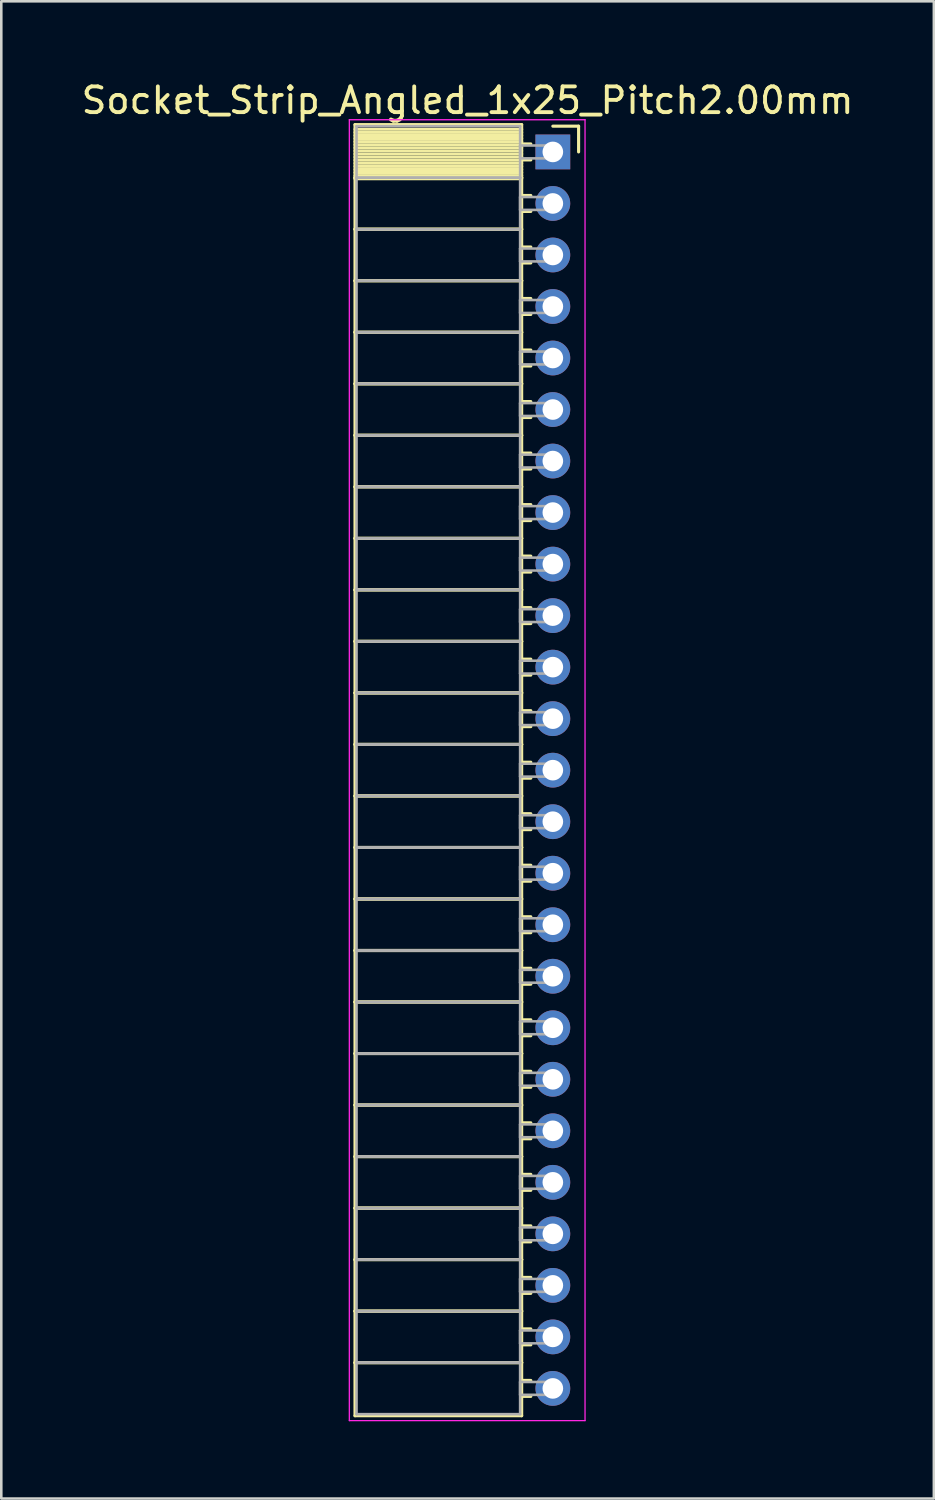
<source format=kicad_pcb>
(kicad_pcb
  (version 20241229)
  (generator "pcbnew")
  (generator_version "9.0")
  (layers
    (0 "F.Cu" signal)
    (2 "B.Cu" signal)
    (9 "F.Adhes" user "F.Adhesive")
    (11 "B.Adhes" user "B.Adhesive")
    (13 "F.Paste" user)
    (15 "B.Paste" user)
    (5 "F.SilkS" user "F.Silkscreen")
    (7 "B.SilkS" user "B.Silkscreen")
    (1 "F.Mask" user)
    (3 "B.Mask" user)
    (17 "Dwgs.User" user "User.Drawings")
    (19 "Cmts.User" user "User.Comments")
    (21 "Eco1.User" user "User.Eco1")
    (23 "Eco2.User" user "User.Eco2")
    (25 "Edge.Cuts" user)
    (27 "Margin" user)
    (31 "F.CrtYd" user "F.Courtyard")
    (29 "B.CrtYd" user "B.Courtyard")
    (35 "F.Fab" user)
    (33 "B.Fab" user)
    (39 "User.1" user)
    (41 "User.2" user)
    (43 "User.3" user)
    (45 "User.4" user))
  (footprint "Socket_Strip_Angled_1x25_Pitch2.00mm"
    (layer "F.Cu")
    (at 18.411 2.848)
    (property "Reference" "Socket_Strip_Angled_1x25_Pitch2.00mm" (at -3.31 -2 0) (layer "F.SilkS") (effects (font (size 1 1) (thickness 0.15))))
    (attr through_hole)
    (fp_line (start -7.68 -1.06) (end -1.21 -1.06) (stroke (width 0.12) (type solid)) (layer "F.SilkS"))
    (fp_line (start -7.68 1) (end -7.68 -1.06) (stroke (width 0.12) (type solid)) (layer "F.SilkS"))
    (fp_line (start -7.68 1) (end -1.21 1) (stroke (width 0.12) (type solid)) (layer "F.SilkS"))
    (fp_line (start -7.68 3) (end -7.68 1) (stroke (width 0.12) (type solid)) (layer "F.SilkS"))
    (fp_line (start -7.68 3) (end -1.21 3) (stroke (width 0.12) (type solid)) (layer "F.SilkS"))
    (fp_line (start -7.68 5) (end -7.68 3) (stroke (width 0.12) (type solid)) (layer "F.SilkS"))
    (fp_line (start -7.68 5) (end -1.21 5) (stroke (width 0.12) (type solid)) (layer "F.SilkS"))
    (fp_line (start -7.68 7) (end -7.68 5) (stroke (width 0.12) (type solid)) (layer "F.SilkS"))
    (fp_line (start -7.68 7) (end -1.21 7) (stroke (width 0.12) (type solid)) (layer "F.SilkS"))
    (fp_line (start -7.68 9) (end -7.68 7) (stroke (width 0.12) (type solid)) (layer "F.SilkS"))
    (fp_line (start -7.68 9) (end -1.21 9) (stroke (width 0.12) (type solid)) (layer "F.SilkS"))
    (fp_line (start -7.68 11) (end -7.68 9) (stroke (width 0.12) (type solid)) (layer "F.SilkS"))
    (fp_line (start -7.68 11) (end -1.21 11) (stroke (width 0.12) (type solid)) (layer "F.SilkS"))
    (fp_line (start -7.68 13) (end -7.68 11) (stroke (width 0.12) (type solid)) (layer "F.SilkS"))
    (fp_line (start -7.68 13) (end -1.21 13) (stroke (width 0.12) (type solid)) (layer "F.SilkS"))
    (fp_line (start -7.68 15) (end -7.68 13) (stroke (width 0.12) (type solid)) (layer "F.SilkS"))
    (fp_line (start -7.68 15) (end -1.21 15) (stroke (width 0.12) (type solid)) (layer "F.SilkS"))
    (fp_line (start -7.68 17) (end -7.68 15) (stroke (width 0.12) (type solid)) (layer "F.SilkS"))
    (fp_line (start -7.68 17) (end -1.21 17) (stroke (width 0.12) (type solid)) (layer "F.SilkS"))
    (fp_line (start -7.68 19) (end -7.68 17) (stroke (width 0.12) (type solid)) (layer "F.SilkS"))
    (fp_line (start -7.68 19) (end -1.21 19) (stroke (width 0.12) (type solid)) (layer "F.SilkS"))
    (fp_line (start -7.68 21) (end -7.68 19) (stroke (width 0.12) (type solid)) (layer "F.SilkS"))
    (fp_line (start -7.68 21) (end -1.21 21) (stroke (width 0.12) (type solid)) (layer "F.SilkS"))
    (fp_line (start -7.68 23) (end -7.68 21) (stroke (width 0.12) (type solid)) (layer "F.SilkS"))
    (fp_line (start -7.68 23) (end -1.21 23) (stroke (width 0.12) (type solid)) (layer "F.SilkS"))
    (fp_line (start -7.68 25) (end -7.68 23) (stroke (width 0.12) (type solid)) (layer "F.SilkS"))
    (fp_line (start -7.68 25) (end -1.21 25) (stroke (width 0.12) (type solid)) (layer "F.SilkS"))
    (fp_line (start -7.68 27) (end -7.68 25) (stroke (width 0.12) (type solid)) (layer "F.SilkS"))
    (fp_line (start -7.68 27) (end -1.21 27) (stroke (width 0.12) (type solid)) (layer "F.SilkS"))
    (fp_line (start -7.68 29) (end -7.68 27) (stroke (width 0.12) (type solid)) (layer "F.SilkS"))
    (fp_line (start -7.68 29) (end -1.21 29) (stroke (width 0.12) (type solid)) (layer "F.SilkS"))
    (fp_line (start -7.68 31) (end -7.68 29) (stroke (width 0.12) (type solid)) (layer "F.SilkS"))
    (fp_line (start -7.68 31) (end -1.21 31) (stroke (width 0.12) (type solid)) (layer "F.SilkS"))
    (fp_line (start -7.68 33) (end -7.68 31) (stroke (width 0.12) (type solid)) (layer "F.SilkS"))
    (fp_line (start -7.68 33) (end -1.21 33) (stroke (width 0.12) (type solid)) (layer "F.SilkS"))
    (fp_line (start -7.68 35) (end -7.68 33) (stroke (width 0.12) (type solid)) (layer "F.SilkS"))
    (fp_line (start -7.68 35) (end -1.21 35) (stroke (width 0.12) (type solid)) (layer "F.SilkS"))
    (fp_line (start -7.68 37) (end -7.68 35) (stroke (width 0.12) (type solid)) (layer "F.SilkS"))
    (fp_line (start -7.68 37) (end -1.21 37) (stroke (width 0.12) (type solid)) (layer "F.SilkS"))
    (fp_line (start -7.68 39) (end -7.68 37) (stroke (width 0.12) (type solid)) (layer "F.SilkS"))
    (fp_line (start -7.68 39) (end -1.21 39) (stroke (width 0.12) (type solid)) (layer "F.SilkS"))
    (fp_line (start -7.68 41) (end -7.68 39) (stroke (width 0.12) (type solid)) (layer "F.SilkS"))
    (fp_line (start -7.68 41) (end -1.21 41) (stroke (width 0.12) (type solid)) (layer "F.SilkS"))
    (fp_line (start -7.68 43) (end -7.68 41) (stroke (width 0.12) (type solid)) (layer "F.SilkS"))
    (fp_line (start -7.68 43) (end -1.21 43) (stroke (width 0.12) (type solid)) (layer "F.SilkS"))
    (fp_line (start -7.68 45) (end -7.68 43) (stroke (width 0.12) (type solid)) (layer "F.SilkS"))
    (fp_line (start -7.68 45) (end -1.21 45) (stroke (width 0.12) (type solid)) (layer "F.SilkS"))
    (fp_line (start -7.68 47) (end -7.68 45) (stroke (width 0.12) (type solid)) (layer "F.SilkS"))
    (fp_line (start -7.68 47) (end -1.21 47) (stroke (width 0.12) (type solid)) (layer "F.SilkS"))
    (fp_line (start -7.68 49.06) (end -7.68 47) (stroke (width 0.12) (type solid)) (layer "F.SilkS"))
    (fp_line (start -1.21 -1.06) (end -1.21 1) (stroke (width 0.12) (type solid)) (layer "F.SilkS"))
    (fp_line (start -1.21 -0.88) (end -7.68 -0.88) (stroke (width 0.12) (type solid)) (layer "F.SilkS"))
    (fp_line (start -1.21 -0.76) (end -7.68 -0.76) (stroke (width 0.12) (type solid)) (layer "F.SilkS"))
    (fp_line (start -1.21 -0.64) (end -7.68 -0.64) (stroke (width 0.12) (type solid)) (layer "F.SilkS"))
    (fp_line (start -1.21 -0.52) (end -7.68 -0.52) (stroke (width 0.12) (type solid)) (layer "F.SilkS"))
    (fp_line (start -1.21 -0.4) (end -7.68 -0.4) (stroke (width 0.12) (type solid)) (layer "F.SilkS"))
    (fp_line (start -1.21 -0.28) (end -7.68 -0.28) (stroke (width 0.12) (type solid)) (layer "F.SilkS"))
    (fp_line (start -1.21 -0.16) (end -7.68 -0.16) (stroke (width 0.12) (type solid)) (layer "F.SilkS"))
    (fp_line (start -1.21 -0.04) (end -7.68 -0.04) (stroke (width 0.12) (type solid)) (layer "F.SilkS"))
    (fp_line (start -1.21 0.08) (end -7.68 0.08) (stroke (width 0.12) (type solid)) (layer "F.SilkS"))
    (fp_line (start -1.21 0.2) (end -7.68 0.2) (stroke (width 0.12) (type solid)) (layer "F.SilkS"))
    (fp_line (start -1.21 0.32) (end -7.68 0.32) (stroke (width 0.12) (type solid)) (layer "F.SilkS"))
    (fp_line (start -1.21 0.44) (end -7.68 0.44) (stroke (width 0.12) (type solid)) (layer "F.SilkS"))
    (fp_line (start -1.21 0.56) (end -7.68 0.56) (stroke (width 0.12) (type solid)) (layer "F.SilkS"))
    (fp_line (start -1.21 0.68) (end -7.68 0.68) (stroke (width 0.12) (type solid)) (layer "F.SilkS"))
    (fp_line (start -1.21 0.8) (end -7.68 0.8) (stroke (width 0.12) (type solid)) (layer "F.SilkS"))
    (fp_line (start -1.21 0.92) (end -7.68 0.92) (stroke (width 0.12) (type solid)) (layer "F.SilkS"))
    (fp_line (start -1.21 1) (end -7.68 1) (stroke (width 0.12) (type solid)) (layer "F.SilkS"))
    (fp_line (start -1.21 1) (end -1.21 3) (stroke (width 0.12) (type solid)) (layer "F.SilkS"))
    (fp_line (start -1.21 1.04) (end -7.68 1.04) (stroke (width 0.12) (type solid)) (layer "F.SilkS"))
    (fp_line (start -1.21 3) (end -7.68 3) (stroke (width 0.12) (type solid)) (layer "F.SilkS"))
    (fp_line (start -1.21 3) (end -1.21 5) (stroke (width 0.12) (type solid)) (layer "F.SilkS"))
    (fp_line (start -1.21 5) (end -7.68 5) (stroke (width 0.12) (type solid)) (layer "F.SilkS"))
    (fp_line (start -1.21 5) (end -1.21 7) (stroke (width 0.12) (type solid)) (layer "F.SilkS"))
    (fp_line (start -1.21 7) (end -7.68 7) (stroke (width 0.12) (type solid)) (layer "F.SilkS"))
    (fp_line (start -1.21 7) (end -1.21 9) (stroke (width 0.12) (type solid)) (layer "F.SilkS"))
    (fp_line (start -1.21 9) (end -7.68 9) (stroke (width 0.12) (type solid)) (layer "F.SilkS"))
    (fp_line (start -1.21 9) (end -1.21 11) (stroke (width 0.12) (type solid)) (layer "F.SilkS"))
    (fp_line (start -1.21 11) (end -7.68 11) (stroke (width 0.12) (type solid)) (layer "F.SilkS"))
    (fp_line (start -1.21 11) (end -1.21 13) (stroke (width 0.12) (type solid)) (layer "F.SilkS"))
    (fp_line (start -1.21 13) (end -7.68 13) (stroke (width 0.12) (type solid)) (layer "F.SilkS"))
    (fp_line (start -1.21 13) (end -1.21 15) (stroke (width 0.12) (type solid)) (layer "F.SilkS"))
    (fp_line (start -1.21 15) (end -7.68 15) (stroke (width 0.12) (type solid)) (layer "F.SilkS"))
    (fp_line (start -1.21 15) (end -1.21 17) (stroke (width 0.12) (type solid)) (layer "F.SilkS"))
    (fp_line (start -1.21 17) (end -7.68 17) (stroke (width 0.12) (type solid)) (layer "F.SilkS"))
    (fp_line (start -1.21 17) (end -1.21 19) (stroke (width 0.12) (type solid)) (layer "F.SilkS"))
    (fp_line (start -1.21 19) (end -7.68 19) (stroke (width 0.12) (type solid)) (layer "F.SilkS"))
    (fp_line (start -1.21 19) (end -1.21 21) (stroke (width 0.12) (type solid)) (layer "F.SilkS"))
    (fp_line (start -1.21 21) (end -7.68 21) (stroke (width 0.12) (type solid)) (layer "F.SilkS"))
    (fp_line (start -1.21 21) (end -1.21 23) (stroke (width 0.12) (type solid)) (layer "F.SilkS"))
    (fp_line (start -1.21 23) (end -7.68 23) (stroke (width 0.12) (type solid)) (layer "F.SilkS"))
    (fp_line (start -1.21 23) (end -1.21 25) (stroke (width 0.12) (type solid)) (layer "F.SilkS"))
    (fp_line (start -1.21 25) (end -7.68 25) (stroke (width 0.12) (type solid)) (layer "F.SilkS"))
    (fp_line (start -1.21 25) (end -1.21 27) (stroke (width 0.12) (type solid)) (layer "F.SilkS"))
    (fp_line (start -1.21 27) (end -7.68 27) (stroke (width 0.12) (type solid)) (layer "F.SilkS"))
    (fp_line (start -1.21 27) (end -1.21 29) (stroke (width 0.12) (type solid)) (layer "F.SilkS"))
    (fp_line (start -1.21 29) (end -7.68 29) (stroke (width 0.12) (type solid)) (layer "F.SilkS"))
    (fp_line (start -1.21 29) (end -1.21 31) (stroke (width 0.12) (type solid)) (layer "F.SilkS"))
    (fp_line (start -1.21 31) (end -7.68 31) (stroke (width 0.12) (type solid)) (layer "F.SilkS"))
    (fp_line (start -1.21 31) (end -1.21 33) (stroke (width 0.12) (type solid)) (layer "F.SilkS"))
    (fp_line (start -1.21 33) (end -7.68 33) (stroke (width 0.12) (type solid)) (layer "F.SilkS"))
    (fp_line (start -1.21 33) (end -1.21 35) (stroke (width 0.12) (type solid)) (layer "F.SilkS"))
    (fp_line (start -1.21 35) (end -7.68 35) (stroke (width 0.12) (type solid)) (layer "F.SilkS"))
    (fp_line (start -1.21 35) (end -1.21 37) (stroke (width 0.12) (type solid)) (layer "F.SilkS"))
    (fp_line (start -1.21 37) (end -7.68 37) (stroke (width 0.12) (type solid)) (layer "F.SilkS"))
    (fp_line (start -1.21 37) (end -1.21 39) (stroke (width 0.12) (type solid)) (layer "F.SilkS"))
    (fp_line (start -1.21 39) (end -7.68 39) (stroke (width 0.12) (type solid)) (layer "F.SilkS"))
    (fp_line (start -1.21 39) (end -1.21 41) (stroke (width 0.12) (type solid)) (layer "F.SilkS"))
    (fp_line (start -1.21 41) (end -7.68 41) (stroke (width 0.12) (type solid)) (layer "F.SilkS"))
    (fp_line (start -1.21 41) (end -1.21 43) (stroke (width 0.12) (type solid)) (layer "F.SilkS"))
    (fp_line (start -1.21 43) (end -7.68 43) (stroke (width 0.12) (type solid)) (layer "F.SilkS"))
    (fp_line (start -1.21 43) (end -1.21 45) (stroke (width 0.12) (type solid)) (layer "F.SilkS"))
    (fp_line (start -1.21 45) (end -7.68 45) (stroke (width 0.12) (type solid)) (layer "F.SilkS"))
    (fp_line (start -1.21 45) (end -1.21 47) (stroke (width 0.12) (type solid)) (layer "F.SilkS"))
    (fp_line (start -1.21 47) (end -7.68 47) (stroke (width 0.12) (type solid)) (layer "F.SilkS"))
    (fp_line (start -1.21 47) (end -1.21 49.06) (stroke (width 0.12) (type solid)) (layer "F.SilkS"))
    (fp_line (start -1.21 49.06) (end -7.68 49.06) (stroke (width 0.12) (type solid)) (layer "F.SilkS"))
    (fp_line (start -0.855 -0.31) (end -1.21 -0.31) (stroke (width 0.12) (type solid)) (layer "F.SilkS"))
    (fp_line (start -0.855 0.31) (end -1.21 0.31) (stroke (width 0.12) (type solid)) (layer "F.SilkS"))
    (fp_line (start -0.855 1.69) (end -1.21 1.69) (stroke (width 0.12) (type solid)) (layer "F.SilkS"))
    (fp_line (start -0.855 2.31) (end -1.21 2.31) (stroke (width 0.12) (type solid)) (layer "F.SilkS"))
    (fp_line (start -0.855 3.69) (end -1.21 3.69) (stroke (width 0.12) (type solid)) (layer "F.SilkS"))
    (fp_line (start -0.855 4.31) (end -1.21 4.31) (stroke (width 0.12) (type solid)) (layer "F.SilkS"))
    (fp_line (start -0.855 5.69) (end -1.21 5.69) (stroke (width 0.12) (type solid)) (layer "F.SilkS"))
    (fp_line (start -0.855 6.31) (end -1.21 6.31) (stroke (width 0.12) (type solid)) (layer "F.SilkS"))
    (fp_line (start -0.855 7.69) (end -1.21 7.69) (stroke (width 0.12) (type solid)) (layer "F.SilkS"))
    (fp_line (start -0.855 8.31) (end -1.21 8.31) (stroke (width 0.12) (type solid)) (layer "F.SilkS"))
    (fp_line (start -0.855 9.69) (end -1.21 9.69) (stroke (width 0.12) (type solid)) (layer "F.SilkS"))
    (fp_line (start -0.855 10.31) (end -1.21 10.31) (stroke (width 0.12) (type solid)) (layer "F.SilkS"))
    (fp_line (start -0.855 11.69) (end -1.21 11.69) (stroke (width 0.12) (type solid)) (layer "F.SilkS"))
    (fp_line (start -0.855 12.31) (end -1.21 12.31) (stroke (width 0.12) (type solid)) (layer "F.SilkS"))
    (fp_line (start -0.855 13.69) (end -1.21 13.69) (stroke (width 0.12) (type solid)) (layer "F.SilkS"))
    (fp_line (start -0.855 14.31) (end -1.21 14.31) (stroke (width 0.12) (type solid)) (layer "F.SilkS"))
    (fp_line (start -0.855 15.69) (end -1.21 15.69) (stroke (width 0.12) (type solid)) (layer "F.SilkS"))
    (fp_line (start -0.855 16.31) (end -1.21 16.31) (stroke (width 0.12) (type solid)) (layer "F.SilkS"))
    (fp_line (start -0.855 17.69) (end -1.21 17.69) (stroke (width 0.12) (type solid)) (layer "F.SilkS"))
    (fp_line (start -0.855 18.31) (end -1.21 18.31) (stroke (width 0.12) (type solid)) (layer "F.SilkS"))
    (fp_line (start -0.855 19.69) (end -1.21 19.69) (stroke (width 0.12) (type solid)) (layer "F.SilkS"))
    (fp_line (start -0.855 20.31) (end -1.21 20.31) (stroke (width 0.12) (type solid)) (layer "F.SilkS"))
    (fp_line (start -0.855 21.69) (end -1.21 21.69) (stroke (width 0.12) (type solid)) (layer "F.SilkS"))
    (fp_line (start -0.855 22.31) (end -1.21 22.31) (stroke (width 0.12) (type solid)) (layer "F.SilkS"))
    (fp_line (start -0.855 23.69) (end -1.21 23.69) (stroke (width 0.12) (type solid)) (layer "F.SilkS"))
    (fp_line (start -0.855 24.31) (end -1.21 24.31) (stroke (width 0.12) (type solid)) (layer "F.SilkS"))
    (fp_line (start -0.855 25.69) (end -1.21 25.69) (stroke (width 0.12) (type solid)) (layer "F.SilkS"))
    (fp_line (start -0.855 26.31) (end -1.21 26.31) (stroke (width 0.12) (type solid)) (layer "F.SilkS"))
    (fp_line (start -0.855 27.69) (end -1.21 27.69) (stroke (width 0.12) (type solid)) (layer "F.SilkS"))
    (fp_line (start -0.855 28.31) (end -1.21 28.31) (stroke (width 0.12) (type solid)) (layer "F.SilkS"))
    (fp_line (start -0.855 29.69) (end -1.21 29.69) (stroke (width 0.12) (type solid)) (layer "F.SilkS"))
    (fp_line (start -0.855 30.31) (end -1.21 30.31) (stroke (width 0.12) (type solid)) (layer "F.SilkS"))
    (fp_line (start -0.855 31.69) (end -1.21 31.69) (stroke (width 0.12) (type solid)) (layer "F.SilkS"))
    (fp_line (start -0.855 32.31) (end -1.21 32.31) (stroke (width 0.12) (type solid)) (layer "F.SilkS"))
    (fp_line (start -0.855 33.69) (end -1.21 33.69) (stroke (width 0.12) (type solid)) (layer "F.SilkS"))
    (fp_line (start -0.855 34.31) (end -1.21 34.31) (stroke (width 0.12) (type solid)) (layer "F.SilkS"))
    (fp_line (start -0.855 35.69) (end -1.21 35.69) (stroke (width 0.12) (type solid)) (layer "F.SilkS"))
    (fp_line (start -0.855 36.31) (end -1.21 36.31) (stroke (width 0.12) (type solid)) (layer "F.SilkS"))
    (fp_line (start -0.855 37.69) (end -1.21 37.69) (stroke (width 0.12) (type solid)) (layer "F.SilkS"))
    (fp_line (start -0.855 38.31) (end -1.21 38.31) (stroke (width 0.12) (type solid)) (layer "F.SilkS"))
    (fp_line (start -0.855 39.69) (end -1.21 39.69) (stroke (width 0.12) (type solid)) (layer "F.SilkS"))
    (fp_line (start -0.855 40.31) (end -1.21 40.31) (stroke (width 0.12) (type solid)) (layer "F.SilkS"))
    (fp_line (start -0.855 41.69) (end -1.21 41.69) (stroke (width 0.12) (type solid)) (layer "F.SilkS"))
    (fp_line (start -0.855 42.31) (end -1.21 42.31) (stroke (width 0.12) (type solid)) (layer "F.SilkS"))
    (fp_line (start -0.855 43.69) (end -1.21 43.69) (stroke (width 0.12) (type solid)) (layer "F.SilkS"))
    (fp_line (start -0.855 44.31) (end -1.21 44.31) (stroke (width 0.12) (type solid)) (layer "F.SilkS"))
    (fp_line (start -0.855 45.69) (end -1.21 45.69) (stroke (width 0.12) (type solid)) (layer "F.SilkS"))
    (fp_line (start -0.855 46.31) (end -1.21 46.31) (stroke (width 0.12) (type solid)) (layer "F.SilkS"))
    (fp_line (start -0.855 47.69) (end -1.21 47.69) (stroke (width 0.12) (type solid)) (layer "F.SilkS"))
    (fp_line (start -0.855 48.31) (end -1.21 48.31) (stroke (width 0.12) (type solid)) (layer "F.SilkS"))
    (fp_line (start 0 -1) (end 1 -1) (stroke (width 0.12) (type solid)) (layer "F.SilkS"))
    (fp_line (start 1 -1) (end 1 0) (stroke (width 0.12) (type solid)) (layer "F.SilkS"))
    (fp_line (start -7.9 -1.25) (end 1.25 -1.25) (stroke (width 0.05) (type solid)) (layer "F.CrtYd"))
    (fp_line (start -7.9 49.25) (end -7.9 -1.25) (stroke (width 0.05) (type solid)) (layer "F.CrtYd"))
    (fp_line (start 1.25 -1.25) (end 1.25 49.25) (stroke (width 0.05) (type solid)) (layer "F.CrtYd"))
    (fp_line (start 1.25 49.25) (end -7.9 49.25) (stroke (width 0.05) (type solid)) (layer "F.CrtYd"))
    (fp_line (start -7.62 -1) (end -1.27 -1) (stroke (width 0.1) (type solid)) (layer "F.Fab"))
    (fp_line (start -7.62 1) (end -7.62 -1) (stroke (width 0.1) (type solid)) (layer "F.Fab"))
    (fp_line (start -7.62 1) (end -1.27 1) (stroke (width 0.1) (type solid)) (layer "F.Fab"))
    (fp_line (start -7.62 3) (end -7.62 1) (stroke (width 0.1) (type solid)) (layer "F.Fab"))
    (fp_line (start -7.62 3) (end -1.27 3) (stroke (width 0.1) (type solid)) (layer "F.Fab"))
    (fp_line (start -7.62 5) (end -7.62 3) (stroke (width 0.1) (type solid)) (layer "F.Fab"))
    (fp_line (start -7.62 5) (end -1.27 5) (stroke (width 0.1) (type solid)) (layer "F.Fab"))
    (fp_line (start -7.62 7) (end -7.62 5) (stroke (width 0.1) (type solid)) (layer "F.Fab"))
    (fp_line (start -7.62 7) (end -1.27 7) (stroke (width 0.1) (type solid)) (layer "F.Fab"))
    (fp_line (start -7.62 9) (end -7.62 7) (stroke (width 0.1) (type solid)) (layer "F.Fab"))
    (fp_line (start -7.62 9) (end -1.27 9) (stroke (width 0.1) (type solid)) (layer "F.Fab"))
    (fp_line (start -7.62 11) (end -7.62 9) (stroke (width 0.1) (type solid)) (layer "F.Fab"))
    (fp_line (start -7.62 11) (end -1.27 11) (stroke (width 0.1) (type solid)) (layer "F.Fab"))
    (fp_line (start -7.62 13) (end -7.62 11) (stroke (width 0.1) (type solid)) (layer "F.Fab"))
    (fp_line (start -7.62 13) (end -1.27 13) (stroke (width 0.1) (type solid)) (layer "F.Fab"))
    (fp_line (start -7.62 15) (end -7.62 13) (stroke (width 0.1) (type solid)) (layer "F.Fab"))
    (fp_line (start -7.62 15) (end -1.27 15) (stroke (width 0.1) (type solid)) (layer "F.Fab"))
    (fp_line (start -7.62 17) (end -7.62 15) (stroke (width 0.1) (type solid)) (layer "F.Fab"))
    (fp_line (start -7.62 17) (end -1.27 17) (stroke (width 0.1) (type solid)) (layer "F.Fab"))
    (fp_line (start -7.62 19) (end -7.62 17) (stroke (width 0.1) (type solid)) (layer "F.Fab"))
    (fp_line (start -7.62 19) (end -1.27 19) (stroke (width 0.1) (type solid)) (layer "F.Fab"))
    (fp_line (start -7.62 21) (end -7.62 19) (stroke (width 0.1) (type solid)) (layer "F.Fab"))
    (fp_line (start -7.62 21) (end -1.27 21) (stroke (width 0.1) (type solid)) (layer "F.Fab"))
    (fp_line (start -7.62 23) (end -7.62 21) (stroke (width 0.1) (type solid)) (layer "F.Fab"))
    (fp_line (start -7.62 23) (end -1.27 23) (stroke (width 0.1) (type solid)) (layer "F.Fab"))
    (fp_line (start -7.62 25) (end -7.62 23) (stroke (width 0.1) (type solid)) (layer "F.Fab"))
    (fp_line (start -7.62 25) (end -1.27 25) (stroke (width 0.1) (type solid)) (layer "F.Fab"))
    (fp_line (start -7.62 27) (end -7.62 25) (stroke (width 0.1) (type solid)) (layer "F.Fab"))
    (fp_line (start -7.62 27) (end -1.27 27) (stroke (width 0.1) (type solid)) (layer "F.Fab"))
    (fp_line (start -7.62 29) (end -7.62 27) (stroke (width 0.1) (type solid)) (layer "F.Fab"))
    (fp_line (start -7.62 29) (end -1.27 29) (stroke (width 0.1) (type solid)) (layer "F.Fab"))
    (fp_line (start -7.62 31) (end -7.62 29) (stroke (width 0.1) (type solid)) (layer "F.Fab"))
    (fp_line (start -7.62 31) (end -1.27 31) (stroke (width 0.1) (type solid)) (layer "F.Fab"))
    (fp_line (start -7.62 33) (end -7.62 31) (stroke (width 0.1) (type solid)) (layer "F.Fab"))
    (fp_line (start -7.62 33) (end -1.27 33) (stroke (width 0.1) (type solid)) (layer "F.Fab"))
    (fp_line (start -7.62 35) (end -7.62 33) (stroke (width 0.1) (type solid)) (layer "F.Fab"))
    (fp_line (start -7.62 35) (end -1.27 35) (stroke (width 0.1) (type solid)) (layer "F.Fab"))
    (fp_line (start -7.62 37) (end -7.62 35) (stroke (width 0.1) (type solid)) (layer "F.Fab"))
    (fp_line (start -7.62 37) (end -1.27 37) (stroke (width 0.1) (type solid)) (layer "F.Fab"))
    (fp_line (start -7.62 39) (end -7.62 37) (stroke (width 0.1) (type solid)) (layer "F.Fab"))
    (fp_line (start -7.62 39) (end -1.27 39) (stroke (width 0.1) (type solid)) (layer "F.Fab"))
    (fp_line (start -7.62 41) (end -7.62 39) (stroke (width 0.1) (type solid)) (layer "F.Fab"))
    (fp_line (start -7.62 41) (end -1.27 41) (stroke (width 0.1) (type solid)) (layer "F.Fab"))
    (fp_line (start -7.62 43) (end -7.62 41) (stroke (width 0.1) (type solid)) (layer "F.Fab"))
    (fp_line (start -7.62 43) (end -1.27 43) (stroke (width 0.1) (type solid)) (layer "F.Fab"))
    (fp_line (start -7.62 45) (end -7.62 43) (stroke (width 0.1) (type solid)) (layer "F.Fab"))
    (fp_line (start -7.62 45) (end -1.27 45) (stroke (width 0.1) (type solid)) (layer "F.Fab"))
    (fp_line (start -7.62 47) (end -7.62 45) (stroke (width 0.1) (type solid)) (layer "F.Fab"))
    (fp_line (start -7.62 47) (end -1.27 47) (stroke (width 0.1) (type solid)) (layer "F.Fab"))
    (fp_line (start -7.62 49) (end -7.62 47) (stroke (width 0.1) (type solid)) (layer "F.Fab"))
    (fp_line (start -1.27 -1) (end -1.27 1) (stroke (width 0.1) (type solid)) (layer "F.Fab"))
    (fp_line (start -1.27 -0.25) (end 0 -0.25) (stroke (width 0.1) (type solid)) (layer "F.Fab"))
    (fp_line (start -1.27 0.25) (end -1.27 -0.25) (stroke (width 0.1) (type solid)) (layer "F.Fab"))
    (fp_line (start -1.27 1) (end -7.62 1) (stroke (width 0.1) (type solid)) (layer "F.Fab"))
    (fp_line (start -1.27 1) (end -1.27 3) (stroke (width 0.1) (type solid)) (layer "F.Fab"))
    (fp_line (start -1.27 1.75) (end 0 1.75) (stroke (width 0.1) (type solid)) (layer "F.Fab"))
    (fp_line (start -1.27 2.25) (end -1.27 1.75) (stroke (width 0.1) (type solid)) (layer "F.Fab"))
    (fp_line (start -1.27 3) (end -7.62 3) (stroke (width 0.1) (type solid)) (layer "F.Fab"))
    (fp_line (start -1.27 3) (end -1.27 5) (stroke (width 0.1) (type solid)) (layer "F.Fab"))
    (fp_line (start -1.27 3.75) (end 0 3.75) (stroke (width 0.1) (type solid)) (layer "F.Fab"))
    (fp_line (start -1.27 4.25) (end -1.27 3.75) (stroke (width 0.1) (type solid)) (layer "F.Fab"))
    (fp_line (start -1.27 5) (end -7.62 5) (stroke (width 0.1) (type solid)) (layer "F.Fab"))
    (fp_line (start -1.27 5) (end -1.27 7) (stroke (width 0.1) (type solid)) (layer "F.Fab"))
    (fp_line (start -1.27 5.75) (end 0 5.75) (stroke (width 0.1) (type solid)) (layer "F.Fab"))
    (fp_line (start -1.27 6.25) (end -1.27 5.75) (stroke (width 0.1) (type solid)) (layer "F.Fab"))
    (fp_line (start -1.27 7) (end -7.62 7) (stroke (width 0.1) (type solid)) (layer "F.Fab"))
    (fp_line (start -1.27 7) (end -1.27 9) (stroke (width 0.1) (type solid)) (layer "F.Fab"))
    (fp_line (start -1.27 7.75) (end 0 7.75) (stroke (width 0.1) (type solid)) (layer "F.Fab"))
    (fp_line (start -1.27 8.25) (end -1.27 7.75) (stroke (width 0.1) (type solid)) (layer "F.Fab"))
    (fp_line (start -1.27 9) (end -7.62 9) (stroke (width 0.1) (type solid)) (layer "F.Fab"))
    (fp_line (start -1.27 9) (end -1.27 11) (stroke (width 0.1) (type solid)) (layer "F.Fab"))
    (fp_line (start -1.27 9.75) (end 0 9.75) (stroke (width 0.1) (type solid)) (layer "F.Fab"))
    (fp_line (start -1.27 10.25) (end -1.27 9.75) (stroke (width 0.1) (type solid)) (layer "F.Fab"))
    (fp_line (start -1.27 11) (end -7.62 11) (stroke (width 0.1) (type solid)) (layer "F.Fab"))
    (fp_line (start -1.27 11) (end -1.27 13) (stroke (width 0.1) (type solid)) (layer "F.Fab"))
    (fp_line (start -1.27 11.75) (end 0 11.75) (stroke (width 0.1) (type solid)) (layer "F.Fab"))
    (fp_line (start -1.27 12.25) (end -1.27 11.75) (stroke (width 0.1) (type solid)) (layer "F.Fab"))
    (fp_line (start -1.27 13) (end -7.62 13) (stroke (width 0.1) (type solid)) (layer "F.Fab"))
    (fp_line (start -1.27 13) (end -1.27 15) (stroke (width 0.1) (type solid)) (layer "F.Fab"))
    (fp_line (start -1.27 13.75) (end 0 13.75) (stroke (width 0.1) (type solid)) (layer "F.Fab"))
    (fp_line (start -1.27 14.25) (end -1.27 13.75) (stroke (width 0.1) (type solid)) (layer "F.Fab"))
    (fp_line (start -1.27 15) (end -7.62 15) (stroke (width 0.1) (type solid)) (layer "F.Fab"))
    (fp_line (start -1.27 15) (end -1.27 17) (stroke (width 0.1) (type solid)) (layer "F.Fab"))
    (fp_line (start -1.27 15.75) (end 0 15.75) (stroke (width 0.1) (type solid)) (layer "F.Fab"))
    (fp_line (start -1.27 16.25) (end -1.27 15.75) (stroke (width 0.1) (type solid)) (layer "F.Fab"))
    (fp_line (start -1.27 17) (end -7.62 17) (stroke (width 0.1) (type solid)) (layer "F.Fab"))
    (fp_line (start -1.27 17) (end -1.27 19) (stroke (width 0.1) (type solid)) (layer "F.Fab"))
    (fp_line (start -1.27 17.75) (end 0 17.75) (stroke (width 0.1) (type solid)) (layer "F.Fab"))
    (fp_line (start -1.27 18.25) (end -1.27 17.75) (stroke (width 0.1) (type solid)) (layer "F.Fab"))
    (fp_line (start -1.27 19) (end -7.62 19) (stroke (width 0.1) (type solid)) (layer "F.Fab"))
    (fp_line (start -1.27 19) (end -1.27 21) (stroke (width 0.1) (type solid)) (layer "F.Fab"))
    (fp_line (start -1.27 19.75) (end 0 19.75) (stroke (width 0.1) (type solid)) (layer "F.Fab"))
    (fp_line (start -1.27 20.25) (end -1.27 19.75) (stroke (width 0.1) (type solid)) (layer "F.Fab"))
    (fp_line (start -1.27 21) (end -7.62 21) (stroke (width 0.1) (type solid)) (layer "F.Fab"))
    (fp_line (start -1.27 21) (end -1.27 23) (stroke (width 0.1) (type solid)) (layer "F.Fab"))
    (fp_line (start -1.27 21.75) (end 0 21.75) (stroke (width 0.1) (type solid)) (layer "F.Fab"))
    (fp_line (start -1.27 22.25) (end -1.27 21.75) (stroke (width 0.1) (type solid)) (layer "F.Fab"))
    (fp_line (start -1.27 23) (end -7.62 23) (stroke (width 0.1) (type solid)) (layer "F.Fab"))
    (fp_line (start -1.27 23) (end -1.27 25) (stroke (width 0.1) (type solid)) (layer "F.Fab"))
    (fp_line (start -1.27 23.75) (end 0 23.75) (stroke (width 0.1) (type solid)) (layer "F.Fab"))
    (fp_line (start -1.27 24.25) (end -1.27 23.75) (stroke (width 0.1) (type solid)) (layer "F.Fab"))
    (fp_line (start -1.27 25) (end -7.62 25) (stroke (width 0.1) (type solid)) (layer "F.Fab"))
    (fp_line (start -1.27 25) (end -1.27 27) (stroke (width 0.1) (type solid)) (layer "F.Fab"))
    (fp_line (start -1.27 25.75) (end 0 25.75) (stroke (width 0.1) (type solid)) (layer "F.Fab"))
    (fp_line (start -1.27 26.25) (end -1.27 25.75) (stroke (width 0.1) (type solid)) (layer "F.Fab"))
    (fp_line (start -1.27 27) (end -7.62 27) (stroke (width 0.1) (type solid)) (layer "F.Fab"))
    (fp_line (start -1.27 27) (end -1.27 29) (stroke (width 0.1) (type solid)) (layer "F.Fab"))
    (fp_line (start -1.27 27.75) (end 0 27.75) (stroke (width 0.1) (type solid)) (layer "F.Fab"))
    (fp_line (start -1.27 28.25) (end -1.27 27.75) (stroke (width 0.1) (type solid)) (layer "F.Fab"))
    (fp_line (start -1.27 29) (end -7.62 29) (stroke (width 0.1) (type solid)) (layer "F.Fab"))
    (fp_line (start -1.27 29) (end -1.27 31) (stroke (width 0.1) (type solid)) (layer "F.Fab"))
    (fp_line (start -1.27 29.75) (end 0 29.75) (stroke (width 0.1) (type solid)) (layer "F.Fab"))
    (fp_line (start -1.27 30.25) (end -1.27 29.75) (stroke (width 0.1) (type solid)) (layer "F.Fab"))
    (fp_line (start -1.27 31) (end -7.62 31) (stroke (width 0.1) (type solid)) (layer "F.Fab"))
    (fp_line (start -1.27 31) (end -1.27 33) (stroke (width 0.1) (type solid)) (layer "F.Fab"))
    (fp_line (start -1.27 31.75) (end 0 31.75) (stroke (width 0.1) (type solid)) (layer "F.Fab"))
    (fp_line (start -1.27 32.25) (end -1.27 31.75) (stroke (width 0.1) (type solid)) (layer "F.Fab"))
    (fp_line (start -1.27 33) (end -7.62 33) (stroke (width 0.1) (type solid)) (layer "F.Fab"))
    (fp_line (start -1.27 33) (end -1.27 35) (stroke (width 0.1) (type solid)) (layer "F.Fab"))
    (fp_line (start -1.27 33.75) (end 0 33.75) (stroke (width 0.1) (type solid)) (layer "F.Fab"))
    (fp_line (start -1.27 34.25) (end -1.27 33.75) (stroke (width 0.1) (type solid)) (layer "F.Fab"))
    (fp_line (start -1.27 35) (end -7.62 35) (stroke (width 0.1) (type solid)) (layer "F.Fab"))
    (fp_line (start -1.27 35) (end -1.27 37) (stroke (width 0.1) (type solid)) (layer "F.Fab"))
    (fp_line (start -1.27 35.75) (end 0 35.75) (stroke (width 0.1) (type solid)) (layer "F.Fab"))
    (fp_line (start -1.27 36.25) (end -1.27 35.75) (stroke (width 0.1) (type solid)) (layer "F.Fab"))
    (fp_line (start -1.27 37) (end -7.62 37) (stroke (width 0.1) (type solid)) (layer "F.Fab"))
    (fp_line (start -1.27 37) (end -1.27 39) (stroke (width 0.1) (type solid)) (layer "F.Fab"))
    (fp_line (start -1.27 37.75) (end 0 37.75) (stroke (width 0.1) (type solid)) (layer "F.Fab"))
    (fp_line (start -1.27 38.25) (end -1.27 37.75) (stroke (width 0.1) (type solid)) (layer "F.Fab"))
    (fp_line (start -1.27 39) (end -7.62 39) (stroke (width 0.1) (type solid)) (layer "F.Fab"))
    (fp_line (start -1.27 39) (end -1.27 41) (stroke (width 0.1) (type solid)) (layer "F.Fab"))
    (fp_line (start -1.27 39.75) (end 0 39.75) (stroke (width 0.1) (type solid)) (layer "F.Fab"))
    (fp_line (start -1.27 40.25) (end -1.27 39.75) (stroke (width 0.1) (type solid)) (layer "F.Fab"))
    (fp_line (start -1.27 41) (end -7.62 41) (stroke (width 0.1) (type solid)) (layer "F.Fab"))
    (fp_line (start -1.27 41) (end -1.27 43) (stroke (width 0.1) (type solid)) (layer "F.Fab"))
    (fp_line (start -1.27 41.75) (end 0 41.75) (stroke (width 0.1) (type solid)) (layer "F.Fab"))
    (fp_line (start -1.27 42.25) (end -1.27 41.75) (stroke (width 0.1) (type solid)) (layer "F.Fab"))
    (fp_line (start -1.27 43) (end -7.62 43) (stroke (width 0.1) (type solid)) (layer "F.Fab"))
    (fp_line (start -1.27 43) (end -1.27 45) (stroke (width 0.1) (type solid)) (layer "F.Fab"))
    (fp_line (start -1.27 43.75) (end 0 43.75) (stroke (width 0.1) (type solid)) (layer "F.Fab"))
    (fp_line (start -1.27 44.25) (end -1.27 43.75) (stroke (width 0.1) (type solid)) (layer "F.Fab"))
    (fp_line (start -1.27 45) (end -7.62 45) (stroke (width 0.1) (type solid)) (layer "F.Fab"))
    (fp_line (start -1.27 45) (end -1.27 47) (stroke (width 0.1) (type solid)) (layer "F.Fab"))
    (fp_line (start -1.27 45.75) (end 0 45.75) (stroke (width 0.1) (type solid)) (layer "F.Fab"))
    (fp_line (start -1.27 46.25) (end -1.27 45.75) (stroke (width 0.1) (type solid)) (layer "F.Fab"))
    (fp_line (start -1.27 47) (end -7.62 47) (stroke (width 0.1) (type solid)) (layer "F.Fab"))
    (fp_line (start -1.27 47) (end -1.27 49) (stroke (width 0.1) (type solid)) (layer "F.Fab"))
    (fp_line (start -1.27 47.75) (end 0 47.75) (stroke (width 0.1) (type solid)) (layer "F.Fab"))
    (fp_line (start -1.27 48.25) (end -1.27 47.75) (stroke (width 0.1) (type solid)) (layer "F.Fab"))
    (fp_line (start -1.27 49) (end -7.62 49) (stroke (width 0.1) (type solid)) (layer "F.Fab"))
    (fp_line (start 0 -0.25) (end 0 0.25) (stroke (width 0.1) (type solid)) (layer "F.Fab"))
    (fp_line (start 0 0.25) (end -1.27 0.25) (stroke (width 0.1) (type solid)) (layer "F.Fab"))
    (fp_line (start 0 1.75) (end 0 2.25) (stroke (width 0.1) (type solid)) (layer "F.Fab"))
    (fp_line (start 0 2.25) (end -1.27 2.25) (stroke (width 0.1) (type solid)) (layer "F.Fab"))
    (fp_line (start 0 3.75) (end 0 4.25) (stroke (width 0.1) (type solid)) (layer "F.Fab"))
    (fp_line (start 0 4.25) (end -1.27 4.25) (stroke (width 0.1) (type solid)) (layer "F.Fab"))
    (fp_line (start 0 5.75) (end 0 6.25) (stroke (width 0.1) (type solid)) (layer "F.Fab"))
    (fp_line (start 0 6.25) (end -1.27 6.25) (stroke (width 0.1) (type solid)) (layer "F.Fab"))
    (fp_line (start 0 7.75) (end 0 8.25) (stroke (width 0.1) (type solid)) (layer "F.Fab"))
    (fp_line (start 0 8.25) (end -1.27 8.25) (stroke (width 0.1) (type solid)) (layer "F.Fab"))
    (fp_line (start 0 9.75) (end 0 10.25) (stroke (width 0.1) (type solid)) (layer "F.Fab"))
    (fp_line (start 0 10.25) (end -1.27 10.25) (stroke (width 0.1) (type solid)) (layer "F.Fab"))
    (fp_line (start 0 11.75) (end 0 12.25) (stroke (width 0.1) (type solid)) (layer "F.Fab"))
    (fp_line (start 0 12.25) (end -1.27 12.25) (stroke (width 0.1) (type solid)) (layer "F.Fab"))
    (fp_line (start 0 13.75) (end 0 14.25) (stroke (width 0.1) (type solid)) (layer "F.Fab"))
    (fp_line (start 0 14.25) (end -1.27 14.25) (stroke (width 0.1) (type solid)) (layer "F.Fab"))
    (fp_line (start 0 15.75) (end 0 16.25) (stroke (width 0.1) (type solid)) (layer "F.Fab"))
    (fp_line (start 0 16.25) (end -1.27 16.25) (stroke (width 0.1) (type solid)) (layer "F.Fab"))
    (fp_line (start 0 17.75) (end 0 18.25) (stroke (width 0.1) (type solid)) (layer "F.Fab"))
    (fp_line (start 0 18.25) (end -1.27 18.25) (stroke (width 0.1) (type solid)) (layer "F.Fab"))
    (fp_line (start 0 19.75) (end 0 20.25) (stroke (width 0.1) (type solid)) (layer "F.Fab"))
    (fp_line (start 0 20.25) (end -1.27 20.25) (stroke (width 0.1) (type solid)) (layer "F.Fab"))
    (fp_line (start 0 21.75) (end 0 22.25) (stroke (width 0.1) (type solid)) (layer "F.Fab"))
    (fp_line (start 0 22.25) (end -1.27 22.25) (stroke (width 0.1) (type solid)) (layer "F.Fab"))
    (fp_line (start 0 23.75) (end 0 24.25) (stroke (width 0.1) (type solid)) (layer "F.Fab"))
    (fp_line (start 0 24.25) (end -1.27 24.25) (stroke (width 0.1) (type solid)) (layer "F.Fab"))
    (fp_line (start 0 25.75) (end 0 26.25) (stroke (width 0.1) (type solid)) (layer "F.Fab"))
    (fp_line (start 0 26.25) (end -1.27 26.25) (stroke (width 0.1) (type solid)) (layer "F.Fab"))
    (fp_line (start 0 27.75) (end 0 28.25) (stroke (width 0.1) (type solid)) (layer "F.Fab"))
    (fp_line (start 0 28.25) (end -1.27 28.25) (stroke (width 0.1) (type solid)) (layer "F.Fab"))
    (fp_line (start 0 29.75) (end 0 30.25) (stroke (width 0.1) (type solid)) (layer "F.Fab"))
    (fp_line (start 0 30.25) (end -1.27 30.25) (stroke (width 0.1) (type solid)) (layer "F.Fab"))
    (fp_line (start 0 31.75) (end 0 32.25) (stroke (width 0.1) (type solid)) (layer "F.Fab"))
    (fp_line (start 0 32.25) (end -1.27 32.25) (stroke (width 0.1) (type solid)) (layer "F.Fab"))
    (fp_line (start 0 33.75) (end 0 34.25) (stroke (width 0.1) (type solid)) (layer "F.Fab"))
    (fp_line (start 0 34.25) (end -1.27 34.25) (stroke (width 0.1) (type solid)) (layer "F.Fab"))
    (fp_line (start 0 35.75) (end 0 36.25) (stroke (width 0.1) (type solid)) (layer "F.Fab"))
    (fp_line (start 0 36.25) (end -1.27 36.25) (stroke (width 0.1) (type solid)) (layer "F.Fab"))
    (fp_line (start 0 37.75) (end 0 38.25) (stroke (width 0.1) (type solid)) (layer "F.Fab"))
    (fp_line (start 0 38.25) (end -1.27 38.25) (stroke (width 0.1) (type solid)) (layer "F.Fab"))
    (fp_line (start 0 39.75) (end 0 40.25) (stroke (width 0.1) (type solid)) (layer "F.Fab"))
    (fp_line (start 0 40.25) (end -1.27 40.25) (stroke (width 0.1) (type solid)) (layer "F.Fab"))
    (fp_line (start 0 41.75) (end 0 42.25) (stroke (width 0.1) (type solid)) (layer "F.Fab"))
    (fp_line (start 0 42.25) (end -1.27 42.25) (stroke (width 0.1) (type solid)) (layer "F.Fab"))
    (fp_line (start 0 43.75) (end 0 44.25) (stroke (width 0.1) (type solid)) (layer "F.Fab"))
    (fp_line (start 0 44.25) (end -1.27 44.25) (stroke (width 0.1) (type solid)) (layer "F.Fab"))
    (fp_line (start 0 45.75) (end 0 46.25) (stroke (width 0.1) (type solid)) (layer "F.Fab"))
    (fp_line (start 0 46.25) (end -1.27 46.25) (stroke (width 0.1) (type solid)) (layer "F.Fab"))
    (fp_line (start 0 47.75) (end 0 48.25) (stroke (width 0.1) (type solid)) (layer "F.Fab"))
    (fp_line (start 0 48.25) (end -1.27 48.25) (stroke (width 0.1) (type solid)) (layer "F.Fab"))
    (pad "1" thru_hole rect (at 0 0) (size 1.35 1.35) (drill 0.8) (layers "*.Cu" "*.Mask"))
    (pad "2" thru_hole oval (at 0 2) (size 1.35 1.35) (drill 0.8) (layers "*.Cu" "*.Mask"))
    (pad "3" thru_hole oval (at 0 4) (size 1.35 1.35) (drill 0.8) (layers "*.Cu" "*.Mask"))
    (pad "4" thru_hole oval (at 0 6) (size 1.35 1.35) (drill 0.8) (layers "*.Cu" "*.Mask"))
    (pad "5" thru_hole oval (at 0 8) (size 1.35 1.35) (drill 0.8) (layers "*.Cu" "*.Mask"))
    (pad "6" thru_hole oval (at 0 10) (size 1.35 1.35) (drill 0.8) (layers "*.Cu" "*.Mask"))
    (pad "7" thru_hole oval (at 0 12) (size 1.35 1.35) (drill 0.8) (layers "*.Cu" "*.Mask"))
    (pad "8" thru_hole oval (at 0 14) (size 1.35 1.35) (drill 0.8) (layers "*.Cu" "*.Mask"))
    (pad "9" thru_hole oval (at 0 16) (size 1.35 1.35) (drill 0.8) (layers "*.Cu" "*.Mask"))
    (pad "10" thru_hole oval (at 0 18) (size 1.35 1.35) (drill 0.8) (layers "*.Cu" "*.Mask"))
    (pad "11" thru_hole oval (at 0 20) (size 1.35 1.35) (drill 0.8) (layers "*.Cu" "*.Mask"))
    (pad "12" thru_hole oval (at 0 22) (size 1.35 1.35) (drill 0.8) (layers "*.Cu" "*.Mask"))
    (pad "13" thru_hole oval (at 0 24) (size 1.35 1.35) (drill 0.8) (layers "*.Cu" "*.Mask"))
    (pad "14" thru_hole oval (at 0 26) (size 1.35 1.35) (drill 0.8) (layers "*.Cu" "*.Mask"))
    (pad "15" thru_hole oval (at 0 28) (size 1.35 1.35) (drill 0.8) (layers "*.Cu" "*.Mask"))
    (pad "16" thru_hole oval (at 0 30) (size 1.35 1.35) (drill 0.8) (layers "*.Cu" "*.Mask"))
    (pad "17" thru_hole oval (at 0 32) (size 1.35 1.35) (drill 0.8) (layers "*.Cu" "*.Mask"))
    (pad "18" thru_hole oval (at 0 34) (size 1.35 1.35) (drill 0.8) (layers "*.Cu" "*.Mask"))
    (pad "19" thru_hole oval (at 0 36) (size 1.35 1.35) (drill 0.8) (layers "*.Cu" "*.Mask"))
    (pad "20" thru_hole oval (at 0 38) (size 1.35 1.35) (drill 0.8) (layers "*.Cu" "*.Mask"))
    (pad "21" thru_hole oval (at 0 40) (size 1.35 1.35) (drill 0.8) (layers "*.Cu" "*.Mask"))
    (pad "22" thru_hole oval (at 0 42) (size 1.35 1.35) (drill 0.8) (layers "*.Cu" "*.Mask"))
    (pad "23" thru_hole oval (at 0 44) (size 1.35 1.35) (drill 0.8) (layers "*.Cu" "*.Mask"))
    (pad "24" thru_hole oval (at 0 46) (size 1.35 1.35) (drill 0.8) (layers "*.Cu" "*.Mask"))
    (pad "25" thru_hole oval (at 0 48) (size 1.35 1.35) (drill 0.8) (layers "*.Cu" "*.Mask")))
  (gr_rect
    (start -3 -3)
    (end 33.202 55.123)
    (stroke (width 0.1) (type default))
    (fill no)
    (layer "Edge.Cuts")))
</source>
